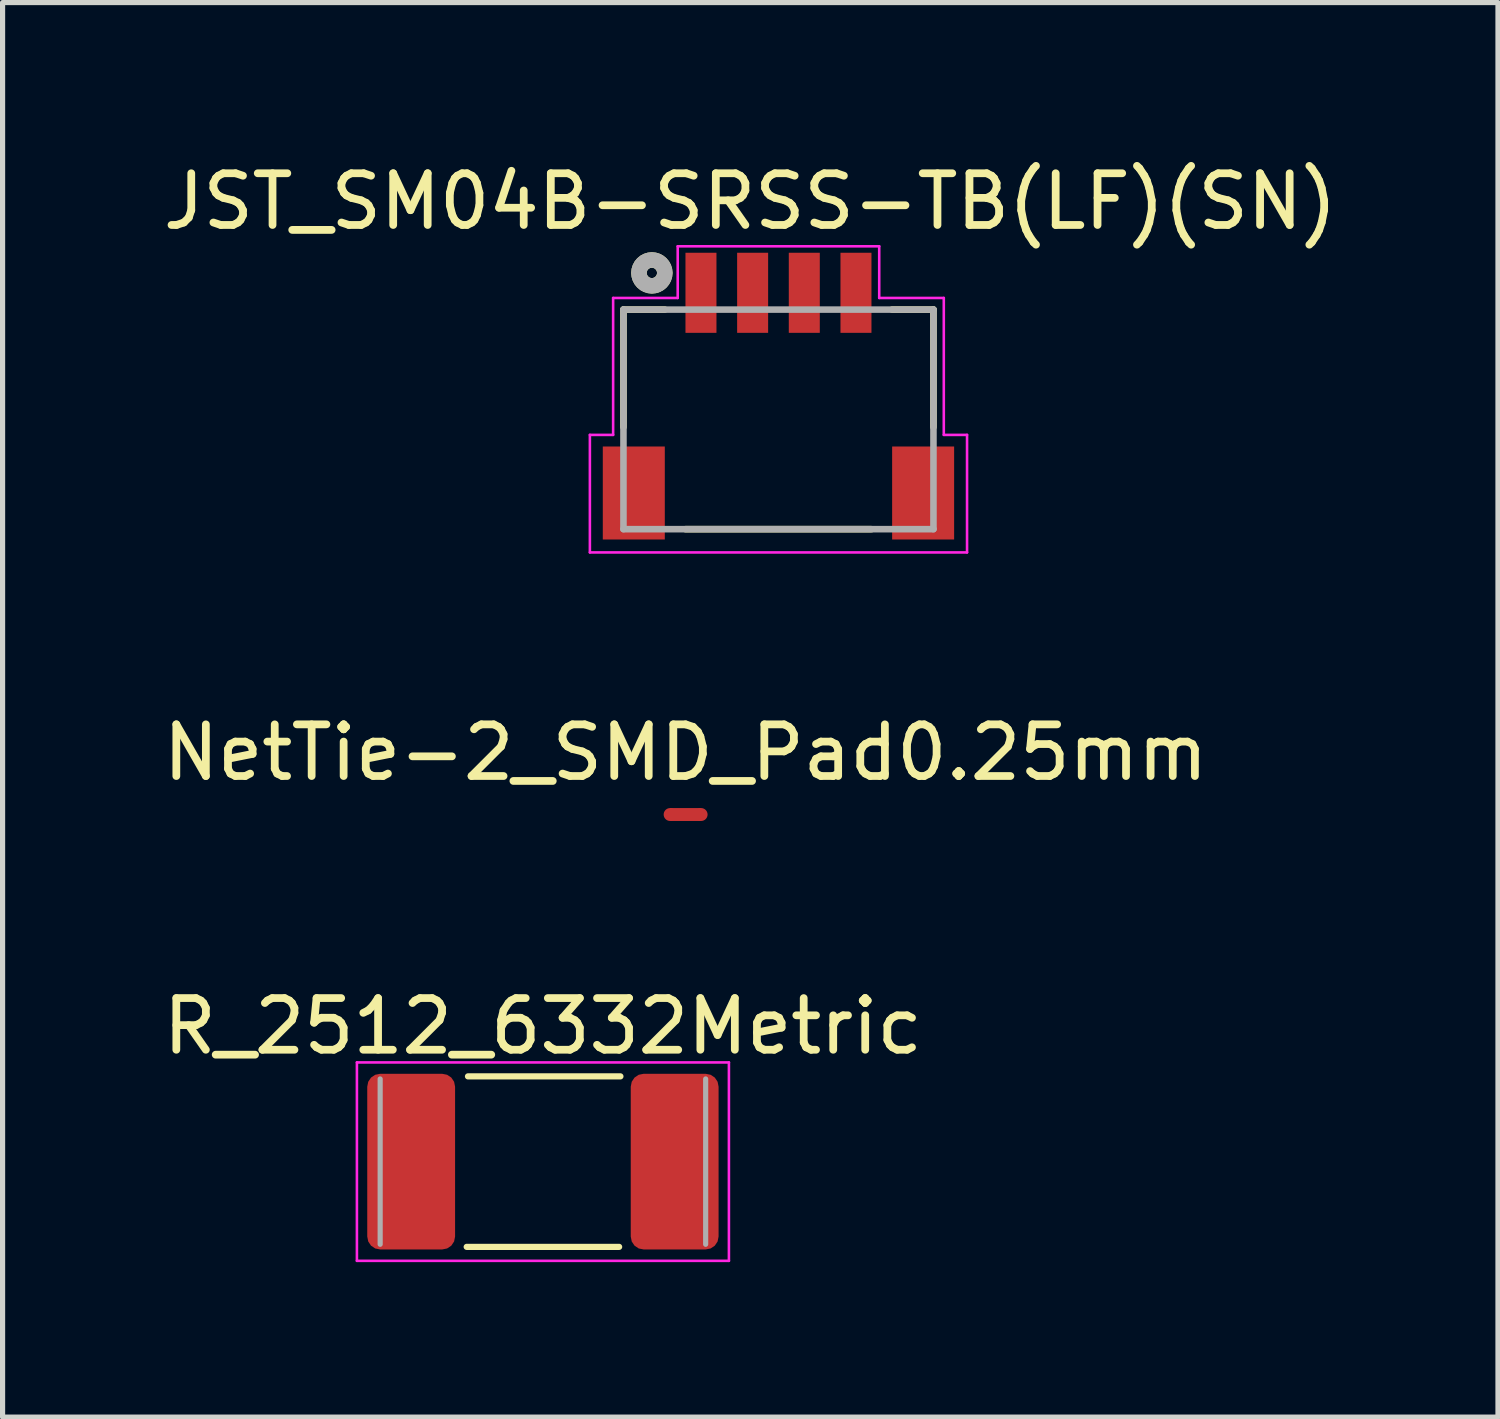
<source format=kicad_pcb>
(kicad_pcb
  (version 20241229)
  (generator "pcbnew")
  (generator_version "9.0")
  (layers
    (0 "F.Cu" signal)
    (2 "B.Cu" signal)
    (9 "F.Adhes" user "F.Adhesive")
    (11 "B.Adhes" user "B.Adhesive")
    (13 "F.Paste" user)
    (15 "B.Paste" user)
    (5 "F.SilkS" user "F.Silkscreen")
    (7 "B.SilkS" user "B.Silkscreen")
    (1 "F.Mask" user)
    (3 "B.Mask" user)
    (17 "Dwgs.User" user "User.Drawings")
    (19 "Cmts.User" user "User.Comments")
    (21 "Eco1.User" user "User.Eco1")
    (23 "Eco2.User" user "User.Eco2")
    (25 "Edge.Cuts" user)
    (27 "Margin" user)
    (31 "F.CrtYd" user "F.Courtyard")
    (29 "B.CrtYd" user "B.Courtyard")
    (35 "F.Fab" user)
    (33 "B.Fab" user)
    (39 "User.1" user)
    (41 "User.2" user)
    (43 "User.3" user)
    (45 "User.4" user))
  (footprint "NetTie-2_SMD_Pad0.25mm"
    (layer "F.Cu")
    (at 10.22 12.715)
    (property "Reference" "NetTie-2_SMD_Pad0.25mm" (at 0 -1.2 0) (layer "F.SilkS") (effects (font (size 1 1) (thickness 0.15))))
    (attr exclude_from_pos_files exclude_from_bom allow_missing_courtyard)
    (pad "1" smd circle (at -0.3 0) (size 0.25 0.25) (layers "F.Cu"))
    (pad "1" smd rect (at 0 0) (size 0.6 0.25) (layers "F.Cu"))
    (pad "2" smd circle (at 0.3 0) (size 0.25 0.25) (layers "F.Cu")))
  (footprint "JST_SM04B-SRSS-TB(LF)(SN)"
    (layer "F.Cu")
    (at 12.017 2.617)
    (property "Reference" "JST_SM04B-SRSS-TB(LF)(SN)" (at -0.545 -1.768 0) (layer "F.SilkS") (effects (font (size 1.001 1.001) (thickness 0.15))))
    (attr smd)
    (fp_line (start -3 0.325) (end -3 2.6) (stroke (width 0.127) (type solid)) (layer "F.SilkS"))
    (fp_line (start -2.2 0.325) (end -3 0.325) (stroke (width 0.127) (type solid)) (layer "F.SilkS"))
    (fp_line (start -1.8 4.575) (end 1.8 4.575) (stroke (width 0.127) (type solid)) (layer "F.SilkS"))
    (fp_line (start 2.2 0.325) (end 3 0.325) (stroke (width 0.127) (type solid)) (layer "F.SilkS"))
    (fp_line (start 3 0.325) (end 3 2.6) (stroke (width 0.127) (type solid)) (layer "F.SilkS"))
    (fp_circle (center -2.45 -0.385) (end -2.35 -0.385) (stroke (width 0.3) (type solid)) (fill no) (layer "F.SilkS"))
    (fp_line (start -3.65 2.75) (end -3.2 2.75) (stroke (width 0.05) (type solid)) (layer "F.CrtYd"))
    (fp_line (start -3.65 5.025) (end -3.65 2.75) (stroke (width 0.05) (type solid)) (layer "F.CrtYd"))
    (fp_line (start -3.2 0.1) (end -1.95 0.1) (stroke (width 0.05) (type solid)) (layer "F.CrtYd"))
    (fp_line (start -3.2 2.75) (end -3.2 0.1) (stroke (width 0.05) (type solid)) (layer "F.CrtYd"))
    (fp_line (start -1.95 -0.9) (end 1.95 -0.9) (stroke (width 0.05) (type solid)) (layer "F.CrtYd"))
    (fp_line (start -1.95 0.1) (end -1.95 -0.9) (stroke (width 0.05) (type solid)) (layer "F.CrtYd"))
    (fp_line (start 1.95 -0.9) (end 1.95 0.1) (stroke (width 0.05) (type solid)) (layer "F.CrtYd"))
    (fp_line (start 1.95 0.1) (end 3.2 0.1) (stroke (width 0.05) (type solid)) (layer "F.CrtYd"))
    (fp_line (start 3.2 0.1) (end 3.2 2.75) (stroke (width 0.05) (type solid)) (layer "F.CrtYd"))
    (fp_line (start 3.65 2.75) (end 3.2 2.75) (stroke (width 0.05) (type solid)) (layer "F.CrtYd"))
    (fp_line (start 3.65 2.75) (end 3.65 5.025) (stroke (width 0.05) (type solid)) (layer "F.CrtYd"))
    (fp_line (start 3.65 5.025) (end -3.65 5.025) (stroke (width 0.05) (type solid)) (layer "F.CrtYd"))
    (fp_line (start -3 0.325) (end 3 0.325) (stroke (width 0.127) (type solid)) (layer "F.Fab"))
    (fp_line (start -3 4.575) (end -3 0.325) (stroke (width 0.127) (type solid)) (layer "F.Fab"))
    (fp_line (start 3 0.325) (end 3 4.575) (stroke (width 0.127) (type solid)) (layer "F.Fab"))
    (fp_line (start 3 4.575) (end -3 4.575) (stroke (width 0.127) (type solid)) (layer "F.Fab"))
    (fp_circle (center -2.45 -0.385) (end -2.35 -0.385) (stroke (width 0.3) (type solid)) (fill no) (layer "F.Fab"))
    (pad "1" smd rect (at -1.5 0) (size 0.6 1.55) (layers "F.Cu" "F.Mask" "F.Paste"))
    (pad "2" smd rect (at -0.5 0) (size 0.6 1.55) (layers "F.Cu" "F.Mask" "F.Paste"))
    (pad "3" smd rect (at 0.5 0) (size 0.6 1.55) (layers "F.Cu" "F.Mask" "F.Paste"))
    (pad "4" smd rect (at 1.5 0) (size 0.6 1.55) (layers "F.Cu" "F.Mask" "F.Paste"))
    (pad "S1" smd rect (at -2.8 3.875 180) (size 1.2 1.8) (layers "F.Cu" "F.Mask" "F.Paste"))
    (pad "S2" smd rect (at 2.8 3.875 180) (size 1.2 1.8) (layers "F.Cu" "F.Mask" "F.Paste")))
  (footprint "R_2512_6332Metric"
    (layer "F.Cu")
    (at 7.458 19.433)
    (property "Reference" "R_2512_6332Metric" (at 0 -2.62 0) (layer "F.SilkS") (effects (font (size 1 1) (thickness 0.15))))
    (attr smd)
    (fp_line (start -1.475 1.65) (end 1.475 1.65) (stroke (width 0.12) (type solid)) (layer "F.SilkS"))
    (fp_line (start -1.45 -1.65) (end 1.5 -1.65) (stroke (width 0.12) (type solid)) (layer "F.SilkS"))
    (fp_line (start -3.6 -1.92) (end 3.6 -1.92) (stroke (width 0.05) (type solid)) (layer "F.CrtYd"))
    (fp_line (start -3.6 1.92) (end -3.6 -1.92) (stroke (width 0.05) (type solid)) (layer "F.CrtYd"))
    (fp_line (start 3.6 -1.92) (end 3.6 1.92) (stroke (width 0.05) (type solid)) (layer "F.CrtYd"))
    (fp_line (start 3.6 1.92) (end -3.6 1.92) (stroke (width 0.05) (type solid)) (layer "F.CrtYd"))
    (fp_line (start -3.15 1.6) (end -3.15 -1.6) (stroke (width 0.1) (type solid)) (layer "F.Fab"))
    (fp_line (start 3.15 -1.6) (end 3.15 1.6) (stroke (width 0.1) (type solid)) (layer "F.Fab"))
    (pad "1" smd roundrect (at -2.55 0) (size 1.7 3.4) (layers "F.Cu" "F.Mask" "F.Paste") (roundrect_rratio 0.147))
    (pad "2" smd roundrect (at 2.55 0) (size 1.7 3.4) (layers "F.Cu" "F.Mask" "F.Paste") (roundrect_rratio 0.147)))
  (gr_rect
    (start -3 -3)
    (end 25.943 24.378)
    (stroke (width 0.1) (type default))
    (fill no)
    (layer "Edge.Cuts")))
</source>
